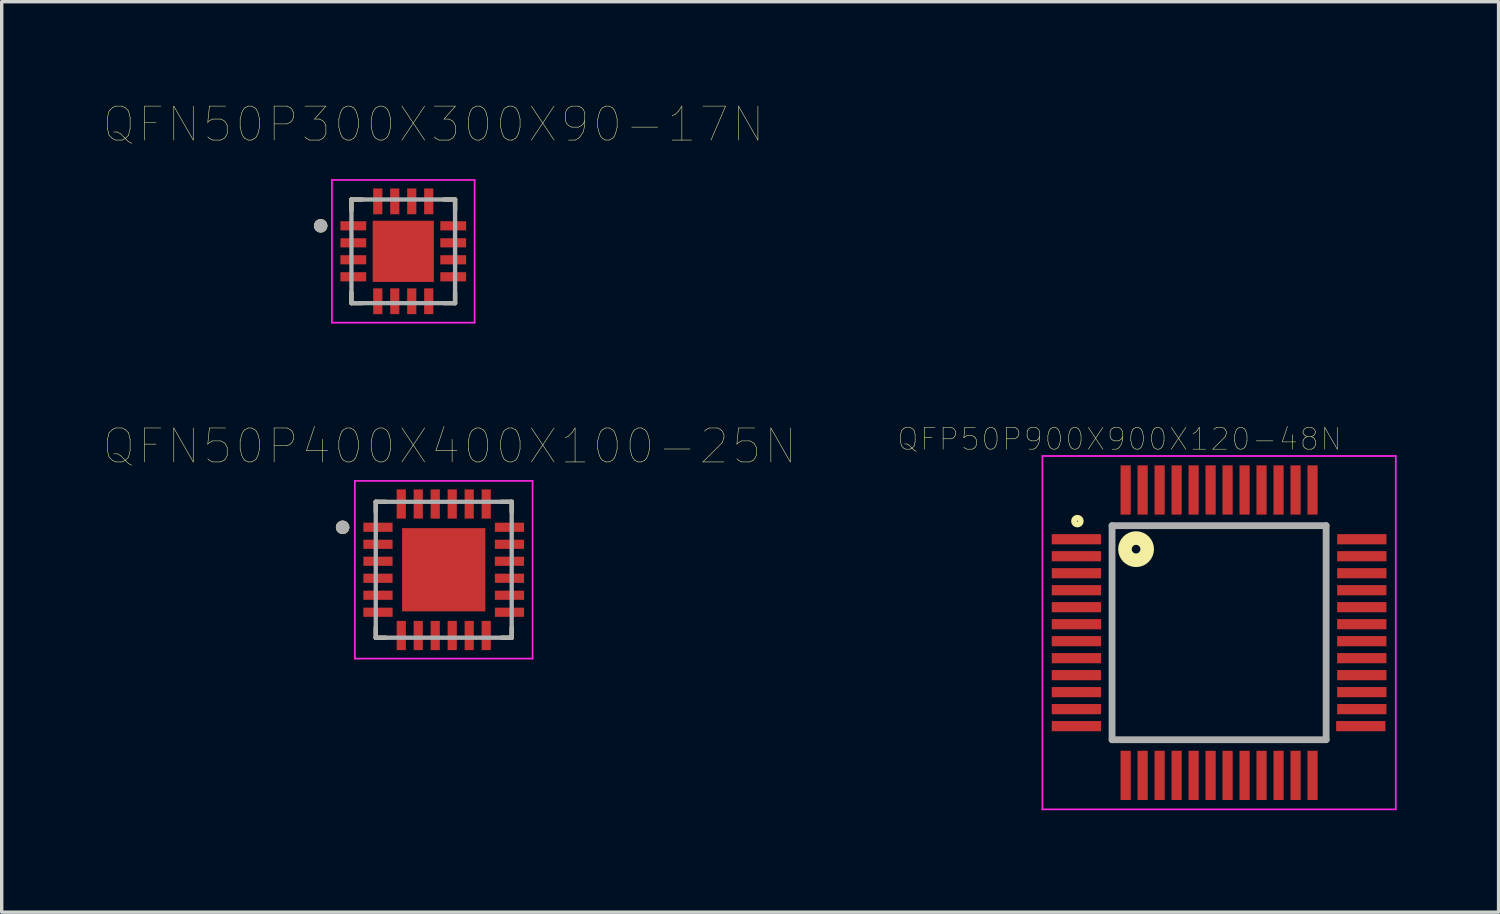
<source format=kicad_pcb>
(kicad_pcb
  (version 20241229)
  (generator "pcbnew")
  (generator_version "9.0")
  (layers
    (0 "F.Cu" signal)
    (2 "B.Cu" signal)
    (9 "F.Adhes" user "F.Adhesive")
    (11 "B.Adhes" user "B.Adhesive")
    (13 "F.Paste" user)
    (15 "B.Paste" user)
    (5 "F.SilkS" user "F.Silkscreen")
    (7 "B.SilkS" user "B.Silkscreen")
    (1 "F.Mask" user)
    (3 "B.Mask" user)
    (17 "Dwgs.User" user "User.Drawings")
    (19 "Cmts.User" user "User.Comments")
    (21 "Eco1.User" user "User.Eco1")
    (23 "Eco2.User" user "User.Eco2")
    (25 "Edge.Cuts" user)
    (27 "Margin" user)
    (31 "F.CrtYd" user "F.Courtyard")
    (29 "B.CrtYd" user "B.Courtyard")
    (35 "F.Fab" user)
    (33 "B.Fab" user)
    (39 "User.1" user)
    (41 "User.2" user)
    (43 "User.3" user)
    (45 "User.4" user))
  (footprint "QFN50P400X400X100-25N"
    (layer "F.Cu")
    (at 10.009 13.718)
    (property "Reference" "QFN50P400X400X100-25N" (at 0.175 -3.635 0) (layer "F.SilkS") (effects (font (size 1 1) (thickness 0.015))))
    (attr through_hole)
    (fp_line (start -2 -2) (end -2 -1.705) (stroke (width 0.127) (type solid)) (layer "F.SilkS"))
    (fp_line (start -2 -2) (end -1.705 -2) (stroke (width 0.127) (type solid)) (layer "F.SilkS"))
    (fp_line (start -2 2) (end -2 1.705) (stroke (width 0.127) (type solid)) (layer "F.SilkS"))
    (fp_line (start -2 2) (end -1.705 2) (stroke (width 0.127) (type solid)) (layer "F.SilkS"))
    (fp_line (start 2 -2) (end 1.705 -2) (stroke (width 0.127) (type solid)) (layer "F.SilkS"))
    (fp_line (start 2 -2) (end 2 -1.705) (stroke (width 0.127) (type solid)) (layer "F.SilkS"))
    (fp_line (start 2 2) (end 1.705 2) (stroke (width 0.127) (type solid)) (layer "F.SilkS"))
    (fp_line (start 2 2) (end 2 1.705) (stroke (width 0.127) (type solid)) (layer "F.SilkS"))
    (fp_circle (center -2.975 -1.25) (end -2.875 -1.25) (stroke (width 0.2) (type solid)) (fill no) (layer "F.SilkS"))
    (fp_poly (pts (xy -0.775 -0.775) (xy 0.775 -0.775) (xy 0.775 0.775) (xy -0.775 0.775)) (stroke (width 0.01) (type solid)) (fill yes) (layer "F.Paste"))
    (fp_line (start -2.615 -2.615) (end 2.615 -2.615) (stroke (width 0.05) (type solid)) (layer "F.CrtYd"))
    (fp_line (start -2.615 2.615) (end -2.615 -2.615) (stroke (width 0.05) (type solid)) (layer "F.CrtYd"))
    (fp_line (start -2.615 2.615) (end 2.615 2.615) (stroke (width 0.05) (type solid)) (layer "F.CrtYd"))
    (fp_line (start 2.615 2.615) (end 2.615 -2.615) (stroke (width 0.05) (type solid)) (layer "F.CrtYd"))
    (fp_line (start -2 2) (end -2 -2) (stroke (width 0.127) (type solid)) (layer "F.Fab"))
    (fp_line (start 2 -2) (end -2 -2) (stroke (width 0.127) (type solid)) (layer "F.Fab"))
    (fp_line (start 2 2) (end -2 2) (stroke (width 0.127) (type solid)) (layer "F.Fab"))
    (fp_line (start 2 2) (end 2 -2) (stroke (width 0.127) (type solid)) (layer "F.Fab"))
    (fp_circle (center -2.975 -1.25) (end -2.875 -1.25) (stroke (width 0.2) (type solid)) (fill no) (layer "F.Fab"))
    (pad "1" smd rect (at -1.935 -1.25) (size 0.86 0.27) (layers "F.Cu" "F.Mask" "F.Paste"))
    (pad "2" smd rect (at -1.935 -0.75) (size 0.86 0.27) (layers "F.Cu" "F.Mask" "F.Paste"))
    (pad "3" smd rect (at -1.935 -0.25) (size 0.86 0.27) (layers "F.Cu" "F.Mask" "F.Paste"))
    (pad "4" smd rect (at -1.935 0.25) (size 0.86 0.27) (layers "F.Cu" "F.Mask" "F.Paste"))
    (pad "5" smd rect (at -1.935 0.75) (size 0.86 0.27) (layers "F.Cu" "F.Mask" "F.Paste"))
    (pad "6" smd rect (at -1.935 1.25) (size 0.86 0.27) (layers "F.Cu" "F.Mask" "F.Paste"))
    (pad "7" smd rect (at -1.25 1.935) (size 0.27 0.86) (layers "F.Cu" "F.Mask" "F.Paste"))
    (pad "8" smd rect (at -0.75 1.935) (size 0.27 0.86) (layers "F.Cu" "F.Mask" "F.Paste"))
    (pad "9" smd rect (at -0.25 1.935) (size 0.27 0.86) (layers "F.Cu" "F.Mask" "F.Paste"))
    (pad "10" smd rect (at 0.25 1.935) (size 0.27 0.86) (layers "F.Cu" "F.Mask" "F.Paste"))
    (pad "11" smd rect (at 0.75 1.935) (size 0.27 0.86) (layers "F.Cu" "F.Mask" "F.Paste"))
    (pad "12" smd rect (at 1.25 1.935) (size 0.27 0.86) (layers "F.Cu" "F.Mask" "F.Paste"))
    (pad "13" smd rect (at 1.935 1.25) (size 0.86 0.27) (layers "F.Cu" "F.Mask" "F.Paste"))
    (pad "14" smd rect (at 1.935 0.75) (size 0.86 0.27) (layers "F.Cu" "F.Mask" "F.Paste"))
    (pad "15" smd rect (at 1.935 0.25) (size 0.86 0.27) (layers "F.Cu" "F.Mask" "F.Paste"))
    (pad "16" smd rect (at 1.935 -0.25) (size 0.86 0.27) (layers "F.Cu" "F.Mask" "F.Paste"))
    (pad "17" smd rect (at 1.935 -0.75) (size 0.86 0.27) (layers "F.Cu" "F.Mask" "F.Paste"))
    (pad "18" smd rect (at 1.935 -1.25) (size 0.86 0.27) (layers "F.Cu" "F.Mask" "F.Paste"))
    (pad "19" smd rect (at 1.25 -1.935) (size 0.27 0.86) (layers "F.Cu" "F.Mask" "F.Paste"))
    (pad "20" smd rect (at 0.75 -1.935) (size 0.27 0.86) (layers "F.Cu" "F.Mask" "F.Paste"))
    (pad "21" smd rect (at 0.25 -1.935) (size 0.27 0.86) (layers "F.Cu" "F.Mask" "F.Paste"))
    (pad "22" smd rect (at -0.25 -1.935) (size 0.27 0.86) (layers "F.Cu" "F.Mask" "F.Paste"))
    (pad "23" smd rect (at -0.75 -1.935) (size 0.27 0.86) (layers "F.Cu" "F.Mask" "F.Paste"))
    (pad "24" smd rect (at -1.25 -1.935) (size 0.27 0.86) (layers "F.Cu" "F.Mask" "F.Paste"))
    (pad "25" smd rect (at 0 0) (size 2.45 2.45) (layers "F.Cu" "F.Mask")))
  (footprint "QFP50P900X900X120-48N"
    (layer "F.Cu")
    (at 32.828 15.57)
    (property "Reference" "QFP50P900X900X120-48N" (at -2.933 -5.697 0) (layer "F.SilkS") (effects (font (size 0.641 0.641) (thickness 0.015))))
    (attr through_hole)
    (fp_circle (center -4.17 -3.283) (end -4.07 -3.283) (stroke (width 0.17) (type solid)) (fill no) (layer "F.SilkS"))
    (fp_circle (center -2.443 -2.458) (end -2.316 -2.458) (stroke (width 0.4) (type solid)) (fill no) (layer "F.SilkS"))
    (fp_line (start -5.2 -5.2) (end 5.2 -5.2) (stroke (width 0.05) (type solid)) (layer "F.CrtYd"))
    (fp_line (start -5.2 5.2) (end -5.2 -5.2) (stroke (width 0.05) (type solid)) (layer "F.CrtYd"))
    (fp_line (start 5.2 -5.2) (end 5.2 5.2) (stroke (width 0.05) (type solid)) (layer "F.CrtYd"))
    (fp_line (start 5.2 5.2) (end -5.2 5.2) (stroke (width 0.05) (type solid)) (layer "F.CrtYd"))
    (fp_line (start -3.15 3.15) (end -3.15 -3.15) (stroke (width 0.2) (type solid)) (layer "F.Fab"))
    (fp_line (start 3.15 -3.15) (end -3.15 -3.15) (stroke (width 0.2) (type solid)) (layer "F.Fab"))
    (fp_line (start 3.15 3.15) (end -3.15 3.15) (stroke (width 0.2) (type solid)) (layer "F.Fab"))
    (fp_line (start 3.15 3.15) (end 3.15 -3.15) (stroke (width 0.2) (type solid)) (layer "F.Fab"))
    (pad "1" smd rect (at -4.2 -2.75) (size 1.45 0.3) (layers "F.Cu" "F.Mask" "F.Paste"))
    (pad "2" smd rect (at -4.2 -2.25) (size 1.45 0.3) (layers "F.Cu" "F.Mask" "F.Paste"))
    (pad "3" smd rect (at -4.2 -1.75) (size 1.45 0.3) (layers "F.Cu" "F.Mask" "F.Paste"))
    (pad "4" smd rect (at -4.2 -1.25) (size 1.45 0.3) (layers "F.Cu" "F.Mask" "F.Paste"))
    (pad "5" smd rect (at -4.2 -0.75) (size 1.45 0.3) (layers "F.Cu" "F.Mask" "F.Paste"))
    (pad "6" smd rect (at -4.2 -0.25) (size 1.45 0.3) (layers "F.Cu" "F.Mask" "F.Paste"))
    (pad "7" smd rect (at -4.2 0.25) (size 1.45 0.3) (layers "F.Cu" "F.Mask" "F.Paste"))
    (pad "8" smd rect (at -4.2 0.75) (size 1.45 0.3) (layers "F.Cu" "F.Mask" "F.Paste"))
    (pad "9" smd rect (at -4.2 1.25) (size 1.45 0.3) (layers "F.Cu" "F.Mask" "F.Paste"))
    (pad "10" smd rect (at -4.2 1.75) (size 1.45 0.3) (layers "F.Cu" "F.Mask" "F.Paste"))
    (pad "11" smd rect (at -4.2 2.25) (size 1.45 0.3) (layers "F.Cu" "F.Mask" "F.Paste"))
    (pad "12" smd rect (at -4.2 2.75) (size 1.45 0.3) (layers "F.Cu" "F.Mask" "F.Paste"))
    (pad "13" smd rect (at -2.75 4.2) (size 0.3 1.45) (layers "F.Cu" "F.Mask" "F.Paste"))
    (pad "14" smd rect (at -2.25 4.2) (size 0.3 1.45) (layers "F.Cu" "F.Mask" "F.Paste"))
    (pad "15" smd rect (at -1.75 4.2) (size 0.3 1.45) (layers "F.Cu" "F.Mask" "F.Paste"))
    (pad "16" smd rect (at -1.25 4.2) (size 0.3 1.45) (layers "F.Cu" "F.Mask" "F.Paste"))
    (pad "17" smd rect (at -0.75 4.2) (size 0.3 1.45) (layers "F.Cu" "F.Mask" "F.Paste"))
    (pad "18" smd rect (at -0.25 4.2) (size 0.3 1.45) (layers "F.Cu" "F.Mask" "F.Paste"))
    (pad "19" smd rect (at 0.25 4.2) (size 0.3 1.45) (layers "F.Cu" "F.Mask" "F.Paste"))
    (pad "20" smd rect (at 0.75 4.2) (size 0.3 1.45) (layers "F.Cu" "F.Mask" "F.Paste"))
    (pad "21" smd rect (at 1.25 4.2) (size 0.3 1.45) (layers "F.Cu" "F.Mask" "F.Paste"))
    (pad "22" smd rect (at 1.75 4.2) (size 0.3 1.45) (layers "F.Cu" "F.Mask" "F.Paste"))
    (pad "23" smd rect (at 2.25 4.2) (size 0.3 1.45) (layers "F.Cu" "F.Mask" "F.Paste"))
    (pad "24" smd rect (at 2.75 4.2) (size 0.3 1.45) (layers "F.Cu" "F.Mask" "F.Paste"))
    (pad "25" smd rect (at 4.17 2.75) (size 1.45 0.3) (layers "F.Cu" "F.Mask" "F.Paste"))
    (pad "26" smd rect (at 4.2 2.25) (size 1.45 0.3) (layers "F.Cu" "F.Mask" "F.Paste"))
    (pad "27" smd rect (at 4.2 1.75) (size 1.45 0.3) (layers "F.Cu" "F.Mask" "F.Paste"))
    (pad "28" smd rect (at 4.2 1.25) (size 1.45 0.3) (layers "F.Cu" "F.Mask" "F.Paste"))
    (pad "29" smd rect (at 4.2 0.75) (size 1.45 0.3) (layers "F.Cu" "F.Mask" "F.Paste"))
    (pad "30" smd rect (at 4.2 0.25) (size 1.45 0.3) (layers "F.Cu" "F.Mask" "F.Paste"))
    (pad "31" smd rect (at 4.2 -0.25) (size 1.45 0.3) (layers "F.Cu" "F.Mask" "F.Paste"))
    (pad "32" smd rect (at 4.2 -0.75) (size 1.45 0.3) (layers "F.Cu" "F.Mask" "F.Paste"))
    (pad "33" smd rect (at 4.2 -1.25) (size 1.45 0.3) (layers "F.Cu" "F.Mask" "F.Paste"))
    (pad "34" smd rect (at 4.2 -1.75) (size 1.45 0.3) (layers "F.Cu" "F.Mask" "F.Paste"))
    (pad "35" smd rect (at 4.2 -2.25) (size 1.45 0.3) (layers "F.Cu" "F.Mask" "F.Paste"))
    (pad "36" smd rect (at 4.2 -2.75) (size 1.45 0.3) (layers "F.Cu" "F.Mask" "F.Paste"))
    (pad "37" smd rect (at 2.75 -4.2) (size 0.3 1.45) (layers "F.Cu" "F.Mask" "F.Paste"))
    (pad "38" smd rect (at 2.25 -4.2) (size 0.3 1.45) (layers "F.Cu" "F.Mask" "F.Paste"))
    (pad "39" smd rect (at 1.75 -4.2) (size 0.3 1.45) (layers "F.Cu" "F.Mask" "F.Paste"))
    (pad "40" smd rect (at 1.25 -4.2) (size 0.3 1.45) (layers "F.Cu" "F.Mask" "F.Paste"))
    (pad "41" smd rect (at 0.75 -4.2) (size 0.3 1.45) (layers "F.Cu" "F.Mask" "F.Paste"))
    (pad "42" smd rect (at 0.25 -4.2) (size 0.3 1.45) (layers "F.Cu" "F.Mask" "F.Paste"))
    (pad "43" smd rect (at -0.25 -4.2) (size 0.3 1.45) (layers "F.Cu" "F.Mask" "F.Paste"))
    (pad "44" smd rect (at -0.75 -4.2) (size 0.3 1.45) (layers "F.Cu" "F.Mask" "F.Paste"))
    (pad "45" smd rect (at -1.25 -4.2) (size 0.3 1.45) (layers "F.Cu" "F.Mask" "F.Paste"))
    (pad "46" smd rect (at -1.75 -4.2) (size 0.3 1.45) (layers "F.Cu" "F.Mask" "F.Paste"))
    (pad "47" smd rect (at -2.25 -4.2) (size 0.3 1.45) (layers "F.Cu" "F.Mask" "F.Paste"))
    (pad "48" smd rect (at -2.75 -4.2) (size 0.3 1.45) (layers "F.Cu" "F.Mask" "F.Paste")))
  (footprint "QFN50P300X300X90-17N"
    (layer "F.Cu")
    (at 8.818 4.346)
    (property "Reference" "QFN50P300X300X90-17N" (at 0.89 -3.735 0) (layer "F.SilkS") (effects (font (size 1 1) (thickness 0.015))))
    (attr through_hole)
    (fp_line (start -1.525 -1.525) (end -1.525 -1.205) (stroke (width 0.127) (type solid)) (layer "F.SilkS"))
    (fp_line (start -1.525 -1.525) (end -1.205 -1.525) (stroke (width 0.127) (type solid)) (layer "F.SilkS"))
    (fp_line (start -1.525 1.525) (end -1.525 1.205) (stroke (width 0.127) (type solid)) (layer "F.SilkS"))
    (fp_line (start -1.525 1.525) (end -1.205 1.525) (stroke (width 0.127) (type solid)) (layer "F.SilkS"))
    (fp_line (start 1.525 -1.525) (end 1.205 -1.525) (stroke (width 0.127) (type solid)) (layer "F.SilkS"))
    (fp_line (start 1.525 -1.525) (end 1.525 -1.205) (stroke (width 0.127) (type solid)) (layer "F.SilkS"))
    (fp_line (start 1.525 1.525) (end 1.205 1.525) (stroke (width 0.127) (type solid)) (layer "F.SilkS"))
    (fp_line (start 1.525 1.525) (end 1.525 1.205) (stroke (width 0.127) (type solid)) (layer "F.SilkS"))
    (fp_circle (center -2.43 -0.75) (end -2.33 -0.75) (stroke (width 0.2) (type solid)) (fill no) (layer "F.SilkS"))
    (fp_poly (pts (xy -0.57 -0.57) (xy 0.57 -0.57) (xy 0.57 0.57) (xy -0.57 0.57)) (stroke (width 0.01) (type solid)) (fill yes) (layer "F.Paste"))
    (fp_line (start -2.1 -2.1) (end 2.1 -2.1) (stroke (width 0.05) (type solid)) (layer "F.CrtYd"))
    (fp_line (start -2.1 2.1) (end -2.1 -2.1) (stroke (width 0.05) (type solid)) (layer "F.CrtYd"))
    (fp_line (start -2.1 2.1) (end 2.1 2.1) (stroke (width 0.05) (type solid)) (layer "F.CrtYd"))
    (fp_line (start 2.1 2.1) (end 2.1 -2.1) (stroke (width 0.05) (type solid)) (layer "F.CrtYd"))
    (fp_line (start -1.525 1.525) (end -1.525 -1.525) (stroke (width 0.127) (type solid)) (layer "F.Fab"))
    (fp_line (start 1.525 -1.525) (end -1.525 -1.525) (stroke (width 0.127) (type solid)) (layer "F.Fab"))
    (fp_line (start 1.525 1.525) (end -1.525 1.525) (stroke (width 0.127) (type solid)) (layer "F.Fab"))
    (fp_line (start 1.525 1.525) (end 1.525 -1.525) (stroke (width 0.127) (type solid)) (layer "F.Fab"))
    (fp_circle (center -2.43 -0.75) (end -2.33 -0.75) (stroke (width 0.2) (type solid)) (fill no) (layer "F.Fab"))
    (pad "1" smd rect (at -1.47 -0.75) (size 0.76 0.27) (layers "F.Cu" "F.Mask" "F.Paste"))
    (pad "2" smd rect (at -1.47 -0.25) (size 0.76 0.27) (layers "F.Cu" "F.Mask" "F.Paste"))
    (pad "3" smd rect (at -1.47 0.25) (size 0.76 0.27) (layers "F.Cu" "F.Mask" "F.Paste"))
    (pad "4" smd rect (at -1.47 0.75) (size 0.76 0.27) (layers "F.Cu" "F.Mask" "F.Paste"))
    (pad "5" smd rect (at -0.75 1.47) (size 0.27 0.76) (layers "F.Cu" "F.Mask" "F.Paste"))
    (pad "6" smd rect (at -0.25 1.47) (size 0.27 0.76) (layers "F.Cu" "F.Mask" "F.Paste"))
    (pad "7" smd rect (at 0.25 1.47) (size 0.27 0.76) (layers "F.Cu" "F.Mask" "F.Paste"))
    (pad "8" smd rect (at 0.75 1.47) (size 0.27 0.76) (layers "F.Cu" "F.Mask" "F.Paste"))
    (pad "9" smd rect (at 1.47 0.75) (size 0.76 0.27) (layers "F.Cu" "F.Mask" "F.Paste"))
    (pad "10" smd rect (at 1.47 0.25) (size 0.76 0.27) (layers "F.Cu" "F.Mask" "F.Paste"))
    (pad "11" smd rect (at 1.47 -0.25) (size 0.76 0.27) (layers "F.Cu" "F.Mask" "F.Paste"))
    (pad "12" smd rect (at 1.47 -0.75) (size 0.76 0.27) (layers "F.Cu" "F.Mask" "F.Paste"))
    (pad "13" smd rect (at 0.75 -1.47) (size 0.27 0.76) (layers "F.Cu" "F.Mask" "F.Paste"))
    (pad "14" smd rect (at 0.25 -1.47) (size 0.27 0.76) (layers "F.Cu" "F.Mask" "F.Paste"))
    (pad "15" smd rect (at -0.25 -1.47) (size 0.27 0.76) (layers "F.Cu" "F.Mask" "F.Paste"))
    (pad "16" smd rect (at -0.75 -1.47) (size 0.27 0.76) (layers "F.Cu" "F.Mask" "F.Paste"))
    (pad "17" smd rect (at 0 0) (size 1.8 1.8) (layers "F.Cu" "F.Mask")))
  (gr_rect
    (start -3 -3)
    (end 41.053 23.795)
    (stroke (width 0.1) (type default))
    (fill no)
    (layer "Edge.Cuts")))
</source>
